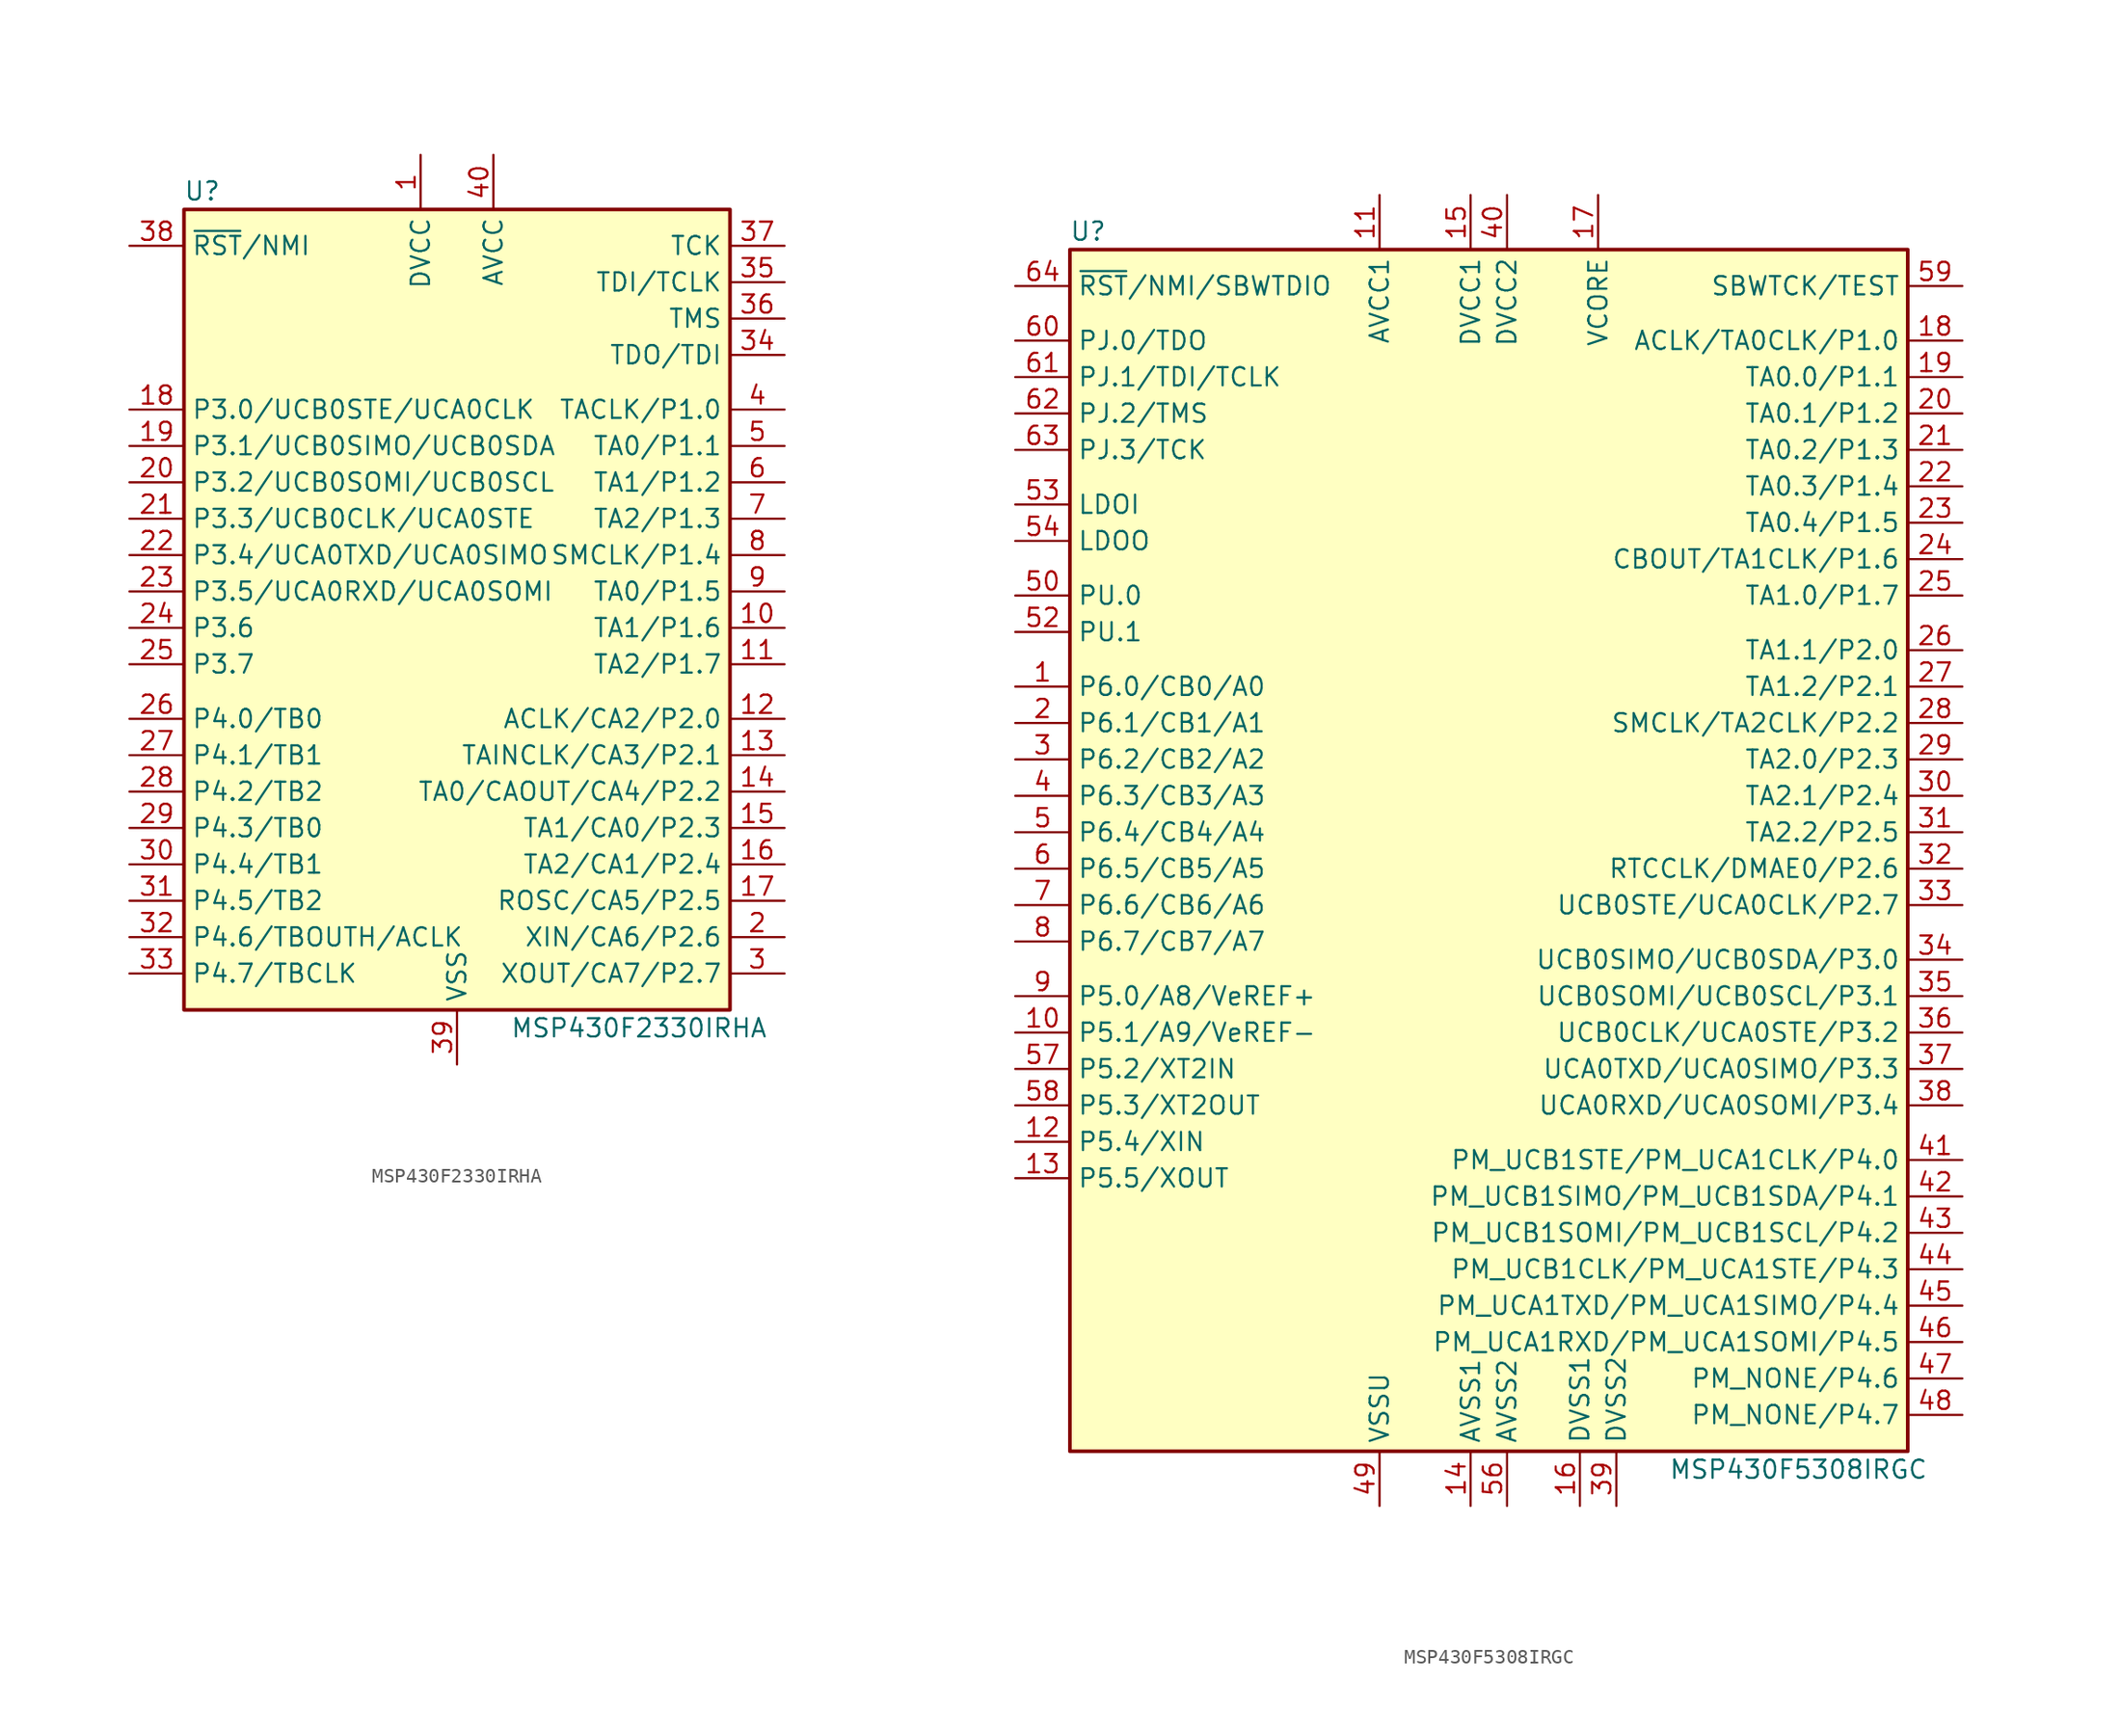
<source format=kicad_sym>
(kicad_symbol_lib
  (version 20241209)
  (generator "kicad_symbol_editor")
  (generator_version "9.0")
  (symbol "MSP430F2330IRHA"
    (property "Reference" "U"
      (at -17.78 29.21 0)
      (effects (font (size 1.27 1.27))))
    (property "Value" "MSP430F2330IRHA"
      (at 12.7 -29.21 0)
      (effects (font (size 1.27 1.27))))
    (symbol "MSP430F2330IRHA_0_1"
      (rectangle (start -19.05 27.94) (end 19.05 -27.94) (stroke (width 0.254) (type default)) (fill (type background))))
    (symbol "MSP430F2330IRHA_1_1"
      (pin input line (at -22.86 25.4 0) (length 3.81) (name "~{RST}/NMI" (effects (font (size 1.27 1.27)))) (number "38" (effects (font (size 1.27 1.27)))))
      (pin bidirectional line (at -22.86 13.97 0) (length 3.81) (name "P3.0/UCB0STE/UCA0CLK" (effects (font (size 1.27 1.27)))) (number "18" (effects (font (size 1.27 1.27)))))
      (pin bidirectional line (at -22.86 11.43 0) (length 3.81) (name "P3.1/UCB0SIMO/UCB0SDA" (effects (font (size 1.27 1.27)))) (number "19" (effects (font (size 1.27 1.27)))))
      (pin bidirectional line (at -22.86 8.89 0) (length 3.81) (name "P3.2/UCB0SOMI/UCB0SCL" (effects (font (size 1.27 1.27)))) (number "20" (effects (font (size 1.27 1.27)))))
      (pin bidirectional line (at -22.86 6.35 0) (length 3.81) (name "P3.3/UCB0CLK/UCA0STE" (effects (font (size 1.27 1.27)))) (number "21" (effects (font (size 1.27 1.27)))))
      (pin bidirectional line (at -22.86 3.81 0) (length 3.81) (name "P3.4/UCA0TXD/UCA0SIMO" (effects (font (size 1.27 1.27)))) (number "22" (effects (font (size 1.27 1.27)))))
      (pin bidirectional line (at -22.86 1.27 0) (length 3.81) (name "P3.5/UCA0RXD/UCA0SOMI" (effects (font (size 1.27 1.27)))) (number "23" (effects (font (size 1.27 1.27)))))
      (pin bidirectional line (at -22.86 -1.27 0) (length 3.81) (name "P3.6" (effects (font (size 1.27 1.27)))) (number "24" (effects (font (size 1.27 1.27)))))
      (pin bidirectional line (at -22.86 -3.81 0) (length 3.81) (name "P3.7" (effects (font (size 1.27 1.27)))) (number "25" (effects (font (size 1.27 1.27)))))
      (pin bidirectional line (at -22.86 -7.62 0) (length 3.81) (name "P4.0/TB0" (effects (font (size 1.27 1.27)))) (number "26" (effects (font (size 1.27 1.27)))))
      (pin bidirectional line (at -22.86 -10.16 0) (length 3.81) (name "P4.1/TB1" (effects (font (size 1.27 1.27)))) (number "27" (effects (font (size 1.27 1.27)))))
      (pin bidirectional line (at -22.86 -12.7 0) (length 3.81) (name "P4.2/TB2" (effects (font (size 1.27 1.27)))) (number "28" (effects (font (size 1.27 1.27)))))
      (pin bidirectional line (at -22.86 -15.24 0) (length 3.81) (name "P4.3/TB0" (effects (font (size 1.27 1.27)))) (number "29" (effects (font (size 1.27 1.27)))))
      (pin bidirectional line (at -22.86 -17.78 0) (length 3.81) (name "P4.4/TB1" (effects (font (size 1.27 1.27)))) (number "30" (effects (font (size 1.27 1.27)))))
      (pin bidirectional line (at -22.86 -20.32 0) (length 3.81) (name "P4.5/TB2" (effects (font (size 1.27 1.27)))) (number "31" (effects (font (size 1.27 1.27)))))
      (pin bidirectional line (at -22.86 -22.86 0) (length 3.81) (name "P4.6/TBOUTH/ACLK" (effects (font (size 1.27 1.27)))) (number "32" (effects (font (size 1.27 1.27)))))
      (pin bidirectional line (at -22.86 -25.4 0) (length 3.81) (name "P4.7/TBCLK" (effects (font (size 1.27 1.27)))) (number "33" (effects (font (size 1.27 1.27)))))
      (pin power_in line (at -2.54 31.75 270) (length 3.81) (name "DVCC" (effects (font (size 1.27 1.27)))) (number "1" (effects (font (size 1.27 1.27)))))
      (pin power_in line (at 0 -31.75 90) (length 3.81) (name "VSS" (effects (font (size 1.27 1.27)))) (number "39" (effects (font (size 1.27 1.27)))))
      (pin power_in line (at 2.54 31.75 270) (length 3.81) (name "AVCC" (effects (font (size 1.27 1.27)))) (number "40" (effects (font (size 1.27 1.27)))))
      (pin input line (at 22.86 25.4 180) (length 3.81) (name "TCK" (effects (font (size 1.27 1.27)))) (number "37" (effects (font (size 1.27 1.27)))))
      (pin input line (at 22.86 22.86 180) (length 3.81) (name "TDI/TCLK" (effects (font (size 1.27 1.27)))) (number "35" (effects (font (size 1.27 1.27)))))
      (pin input line (at 22.86 20.32 180) (length 3.81) (name "TMS" (effects (font (size 1.27 1.27)))) (number "36" (effects (font (size 1.27 1.27)))))
      (pin bidirectional line (at 22.86 17.78 180) (length 3.81) (name "TDO/TDI" (effects (font (size 1.27 1.27)))) (number "34" (effects (font (size 1.27 1.27)))))
      (pin bidirectional line (at 22.86 13.97 180) (length 3.81) (name "TACLK/P1.0" (effects (font (size 1.27 1.27)))) (number "4" (effects (font (size 1.27 1.27)))))
      (pin bidirectional line (at 22.86 11.43 180) (length 3.81) (name "TA0/P1.1" (effects (font (size 1.27 1.27)))) (number "5" (effects (font (size 1.27 1.27)))))
      (pin bidirectional line (at 22.86 8.89 180) (length 3.81) (name "TA1/P1.2" (effects (font (size 1.27 1.27)))) (number "6" (effects (font (size 1.27 1.27)))))
      (pin bidirectional line (at 22.86 6.35 180) (length 3.81) (name "TA2/P1.3" (effects (font (size 1.27 1.27)))) (number "7" (effects (font (size 1.27 1.27)))))
      (pin bidirectional line (at 22.86 3.81 180) (length 3.81) (name "SMCLK/P1.4" (effects (font (size 1.27 1.27)))) (number "8" (effects (font (size 1.27 1.27)))))
      (pin bidirectional line (at 22.86 1.27 180) (length 3.81) (name "TA0/P1.5" (effects (font (size 1.27 1.27)))) (number "9" (effects (font (size 1.27 1.27)))))
      (pin bidirectional line (at 22.86 -1.27 180) (length 3.81) (name "TA1/P1.6" (effects (font (size 1.27 1.27)))) (number "10" (effects (font (size 1.27 1.27)))))
      (pin bidirectional line (at 22.86 -3.81 180) (length 3.81) (name "TA2/P1.7" (effects (font (size 1.27 1.27)))) (number "11" (effects (font (size 1.27 1.27)))))
      (pin bidirectional line (at 22.86 -7.62 180) (length 3.81) (name "ACLK/CA2/P2.0" (effects (font (size 1.27 1.27)))) (number "12" (effects (font (size 1.27 1.27)))))
      (pin bidirectional line (at 22.86 -10.16 180) (length 3.81) (name "TAINCLK/CA3/P2.1" (effects (font (size 1.27 1.27)))) (number "13" (effects (font (size 1.27 1.27)))))
      (pin bidirectional line (at 22.86 -12.7 180) (length 3.81) (name "TA0/CAOUT/CA4/P2.2" (effects (font (size 1.27 1.27)))) (number "14" (effects (font (size 1.27 1.27)))))
      (pin bidirectional line (at 22.86 -15.24 180) (length 3.81) (name "TA1/CA0/P2.3" (effects (font (size 1.27 1.27)))) (number "15" (effects (font (size 1.27 1.27)))))
      (pin bidirectional line (at 22.86 -17.78 180) (length 3.81) (name "TA2/CA1/P2.4" (effects (font (size 1.27 1.27)))) (number "16" (effects (font (size 1.27 1.27)))))
      (pin bidirectional line (at 22.86 -20.32 180) (length 3.81) (name "ROSC/CA5/P2.5" (effects (font (size 1.27 1.27)))) (number "17" (effects (font (size 1.27 1.27)))))
      (pin bidirectional line (at 22.86 -22.86 180) (length 3.81) (name "XIN/CA6/P2.6" (effects (font (size 1.27 1.27)))) (number "2" (effects (font (size 1.27 1.27)))))
      (pin bidirectional line (at 22.86 -25.4 180) (length 3.81) (name "XOUT/CA7/P2.7" (effects (font (size 1.27 1.27)))) (number "3" (effects (font (size 1.27 1.27)))))))
  (symbol "MSP430F5308IRGC"
    (property "Reference" "U"
      (at -27.94 43.18 0)
      (effects (font (size 1.27 1.27))))
    (property "Value" "MSP430F5308IRGC"
      (at 21.59 -43.18 0)
      (effects (font (size 1.27 1.27))))
    (symbol "MSP430F5308IRGC_0_1"
      (rectangle (start -29.21 41.91) (end 29.21 -41.91) (stroke (width 0.254) (type default)) (fill (type background))))
    (symbol "MSP430F5308IRGC_1_1"
      (pin input line (at -33.02 39.37 0) (length 3.81) (name "~{RST}/NMI/SBWTDIO" (effects (font (size 1.27 1.27)))) (number "64" (effects (font (size 1.27 1.27)))))
      (pin bidirectional line (at -33.02 35.56 0) (length 3.81) (name "PJ.0/TDO" (effects (font (size 1.27 1.27)))) (number "60" (effects (font (size 1.27 1.27)))))
      (pin bidirectional line (at -33.02 33.02 0) (length 3.81) (name "PJ.1/TDI/TCLK" (effects (font (size 1.27 1.27)))) (number "61" (effects (font (size 1.27 1.27)))))
      (pin bidirectional line (at -33.02 30.48 0) (length 3.81) (name "PJ.2/TMS" (effects (font (size 1.27 1.27)))) (number "62" (effects (font (size 1.27 1.27)))))
      (pin bidirectional line (at -33.02 27.94 0) (length 3.81) (name "PJ.3/TCK" (effects (font (size 1.27 1.27)))) (number "63" (effects (font (size 1.27 1.27)))))
      (pin power_in line (at -33.02 24.13 0) (length 3.81) (name "LDOI" (effects (font (size 1.27 1.27)))) (number "53" (effects (font (size 1.27 1.27)))))
      (pin power_out line (at -33.02 21.59 0) (length 3.81) (name "LDOO" (effects (font (size 1.27 1.27)))) (number "54" (effects (font (size 1.27 1.27)))))
      (pin bidirectional line (at -33.02 17.78 0) (length 3.81) (name "PU.0" (effects (font (size 1.27 1.27)))) (number "50" (effects (font (size 1.27 1.27)))))
      (pin bidirectional line (at -33.02 15.24 0) (length 3.81) (name "PU.1" (effects (font (size 1.27 1.27)))) (number "52" (effects (font (size 1.27 1.27)))))
      (pin bidirectional line (at -33.02 11.43 0) (length 3.81) (name "P6.0/CB0/A0" (effects (font (size 1.27 1.27)))) (number "1" (effects (font (size 1.27 1.27)))))
      (pin bidirectional line (at -33.02 8.89 0) (length 3.81) (name "P6.1/CB1/A1" (effects (font (size 1.27 1.27)))) (number "2" (effects (font (size 1.27 1.27)))))
      (pin bidirectional line (at -33.02 6.35 0) (length 3.81) (name "P6.2/CB2/A2" (effects (font (size 1.27 1.27)))) (number "3" (effects (font (size 1.27 1.27)))))
      (pin bidirectional line (at -33.02 3.81 0) (length 3.81) (name "P6.3/CB3/A3" (effects (font (size 1.27 1.27)))) (number "4" (effects (font (size 1.27 1.27)))))
      (pin bidirectional line (at -33.02 1.27 0) (length 3.81) (name "P6.4/CB4/A4" (effects (font (size 1.27 1.27)))) (number "5" (effects (font (size 1.27 1.27)))))
      (pin bidirectional line (at -33.02 -1.27 0) (length 3.81) (name "P6.5/CB5/A5" (effects (font (size 1.27 1.27)))) (number "6" (effects (font (size 1.27 1.27)))))
      (pin bidirectional line (at -33.02 -3.81 0) (length 3.81) (name "P6.6/CB6/A6" (effects (font (size 1.27 1.27)))) (number "7" (effects (font (size 1.27 1.27)))))
      (pin bidirectional line (at -33.02 -6.35 0) (length 3.81) (name "P6.7/CB7/A7" (effects (font (size 1.27 1.27)))) (number "8" (effects (font (size 1.27 1.27)))))
      (pin bidirectional line (at -33.02 -10.16 0) (length 3.81) (name "P5.0/A8/VeREF+" (effects (font (size 1.27 1.27)))) (number "9" (effects (font (size 1.27 1.27)))))
      (pin bidirectional line (at -33.02 -12.7 0) (length 3.81) (name "P5.1/A9/VeREF-" (effects (font (size 1.27 1.27)))) (number "10" (effects (font (size 1.27 1.27)))))
      (pin bidirectional line (at -33.02 -15.24 0) (length 3.81) (name "P5.2/XT2IN" (effects (font (size 1.27 1.27)))) (number "57" (effects (font (size 1.27 1.27)))))
      (pin bidirectional line (at -33.02 -17.78 0) (length 3.81) (name "P5.3/XT2OUT" (effects (font (size 1.27 1.27)))) (number "58" (effects (font (size 1.27 1.27)))))
      (pin bidirectional line (at -33.02 -20.32 0) (length 3.81) (name "P5.4/XIN" (effects (font (size 1.27 1.27)))) (number "12" (effects (font (size 1.27 1.27)))))
      (pin bidirectional line (at -33.02 -22.86 0) (length 3.81) (name "P5.5/XOUT" (effects (font (size 1.27 1.27)))) (number "13" (effects (font (size 1.27 1.27)))))
      (pin power_in line (at -7.62 45.72 270) (length 3.81) (name "AVCC1" (effects (font (size 1.27 1.27)))) (number "11" (effects (font (size 1.27 1.27)))))
      (pin power_in line (at -7.62 -45.72 90) (length 3.81) (name "VSSU" (effects (font (size 1.27 1.27)))) (number "49" (effects (font (size 1.27 1.27)))))
      (pin power_in line (at -1.27 45.72 270) (length 3.81) (name "DVCC1" (effects (font (size 1.27 1.27)))) (number "15" (effects (font (size 1.27 1.27)))))
      (pin power_in line (at -1.27 -45.72 90) (length 3.81) (name "AVSS1" (effects (font (size 1.27 1.27)))) (number "14" (effects (font (size 1.27 1.27)))))
      (pin power_in line (at 1.27 45.72 270) (length 3.81) (name "DVCC2" (effects (font (size 1.27 1.27)))) (number "40" (effects (font (size 1.27 1.27)))))
      (pin power_in line (at 1.27 -45.72 90) (length 3.81) (name "AVSS2" (effects (font (size 1.27 1.27)))) (number "56" (effects (font (size 1.27 1.27)))))
      (pin power_in line (at 6.35 -45.72 90) (length 3.81) (name "DVSS1" (effects (font (size 1.27 1.27)))) (number "16" (effects (font (size 1.27 1.27)))))
      (pin bidirectional line (at 7.62 45.72 270) (length 3.81) (name "VCORE" (effects (font (size 1.27 1.27)))) (number "17" (effects (font (size 1.27 1.27)))))
      (pin power_in line (at 8.89 -45.72 90) (length 3.81) (name "DVSS2" (effects (font (size 1.27 1.27)))) (number "39" (effects (font (size 1.27 1.27)))))
      (pin input line (at 33.02 39.37 180) (length 3.81) (name "SBWTCK/TEST" (effects (font (size 1.27 1.27)))) (number "59" (effects (font (size 1.27 1.27)))))
      (pin bidirectional line (at 33.02 35.56 180) (length 3.81) (name "ACLK/TA0CLK/P1.0" (effects (font (size 1.27 1.27)))) (number "18" (effects (font (size 1.27 1.27)))))
      (pin bidirectional line (at 33.02 33.02 180) (length 3.81) (name "TA0.0/P1.1" (effects (font (size 1.27 1.27)))) (number "19" (effects (font (size 1.27 1.27)))))
      (pin bidirectional line (at 33.02 30.48 180) (length 3.81) (name "TA0.1/P1.2" (effects (font (size 1.27 1.27)))) (number "20" (effects (font (size 1.27 1.27)))))
      (pin bidirectional line (at 33.02 27.94 180) (length 3.81) (name "TA0.2/P1.3" (effects (font (size 1.27 1.27)))) (number "21" (effects (font (size 1.27 1.27)))))
      (pin bidirectional line (at 33.02 25.4 180) (length 3.81) (name "TA0.3/P1.4" (effects (font (size 1.27 1.27)))) (number "22" (effects (font (size 1.27 1.27)))))
      (pin bidirectional line (at 33.02 22.86 180) (length 3.81) (name "TA0.4/P1.5" (effects (font (size 1.27 1.27)))) (number "23" (effects (font (size 1.27 1.27)))))
      (pin bidirectional line (at 33.02 20.32 180) (length 3.81) (name "CBOUT/TA1CLK/P1.6" (effects (font (size 1.27 1.27)))) (number "24" (effects (font (size 1.27 1.27)))))
      (pin bidirectional line (at 33.02 17.78 180) (length 3.81) (name "TA1.0/P1.7" (effects (font (size 1.27 1.27)))) (number "25" (effects (font (size 1.27 1.27)))))
      (pin bidirectional line (at 33.02 13.97 180) (length 3.81) (name "TA1.1/P2.0" (effects (font (size 1.27 1.27)))) (number "26" (effects (font (size 1.27 1.27)))))
      (pin bidirectional line (at 33.02 11.43 180) (length 3.81) (name "TA1.2/P2.1" (effects (font (size 1.27 1.27)))) (number "27" (effects (font (size 1.27 1.27)))))
      (pin bidirectional line (at 33.02 8.89 180) (length 3.81) (name "SMCLK/TA2CLK/P2.2" (effects (font (size 1.27 1.27)))) (number "28" (effects (font (size 1.27 1.27)))))
      (pin bidirectional line (at 33.02 6.35 180) (length 3.81) (name "TA2.0/P2.3" (effects (font (size 1.27 1.27)))) (number "29" (effects (font (size 1.27 1.27)))))
      (pin bidirectional line (at 33.02 3.81 180) (length 3.81) (name "TA2.1/P2.4" (effects (font (size 1.27 1.27)))) (number "30" (effects (font (size 1.27 1.27)))))
      (pin bidirectional line (at 33.02 1.27 180) (length 3.81) (name "TA2.2/P2.5" (effects (font (size 1.27 1.27)))) (number "31" (effects (font (size 1.27 1.27)))))
      (pin bidirectional line (at 33.02 -1.27 180) (length 3.81) (name "RTCCLK/DMAE0/P2.6" (effects (font (size 1.27 1.27)))) (number "32" (effects (font (size 1.27 1.27)))))
      (pin bidirectional line (at 33.02 -3.81 180) (length 3.81) (name "UCB0STE/UCA0CLK/P2.7" (effects (font (size 1.27 1.27)))) (number "33" (effects (font (size 1.27 1.27)))))
      (pin bidirectional line (at 33.02 -7.62 180) (length 3.81) (name "UCB0SIMO/UCB0SDA/P3.0" (effects (font (size 1.27 1.27)))) (number "34" (effects (font (size 1.27 1.27)))))
      (pin bidirectional line (at 33.02 -10.16 180) (length 3.81) (name "UCB0SOMI/UCB0SCL/P3.1" (effects (font (size 1.27 1.27)))) (number "35" (effects (font (size 1.27 1.27)))))
      (pin bidirectional line (at 33.02 -12.7 180) (length 3.81) (name "UCB0CLK/UCA0STE/P3.2" (effects (font (size 1.27 1.27)))) (number "36" (effects (font (size 1.27 1.27)))))
      (pin bidirectional line (at 33.02 -15.24 180) (length 3.81) (name "UCA0TXD/UCA0SIMO/P3.3" (effects (font (size 1.27 1.27)))) (number "37" (effects (font (size 1.27 1.27)))))
      (pin bidirectional line (at 33.02 -17.78 180) (length 3.81) (name "UCA0RXD/UCA0SOMI/P3.4" (effects (font (size 1.27 1.27)))) (number "38" (effects (font (size 1.27 1.27)))))
      (pin bidirectional line (at 33.02 -21.59 180) (length 3.81) (name "PM_UCB1STE/PM_UCA1CLK/P4.0" (effects (font (size 1.27 1.27)))) (number "41" (effects (font (size 1.27 1.27)))))
      (pin bidirectional line (at 33.02 -24.13 180) (length 3.81) (name "PM_UCB1SIMO/PM_UCB1SDA/P4.1" (effects (font (size 1.27 1.27)))) (number "42" (effects (font (size 1.27 1.27)))))
      (pin bidirectional line (at 33.02 -26.67 180) (length 3.81) (name "PM_UCB1SOMI/PM_UCB1SCL/P4.2" (effects (font (size 1.27 1.27)))) (number "43" (effects (font (size 1.27 1.27)))))
      (pin bidirectional line (at 33.02 -29.21 180) (length 3.81) (name "PM_UCB1CLK/PM_UCA1STE/P4.3" (effects (font (size 1.27 1.27)))) (number "44" (effects (font (size 1.27 1.27)))))
      (pin bidirectional line (at 33.02 -31.75 180) (length 3.81) (name "PM_UCA1TXD/PM_UCA1SIMO/P4.4" (effects (font (size 1.27 1.27)))) (number "45" (effects (font (size 1.27 1.27)))))
      (pin bidirectional line (at 33.02 -34.29 180) (length 3.81) (name "PM_UCA1RXD/PM_UCA1SOMI/P4.5" (effects (font (size 1.27 1.27)))) (number "46" (effects (font (size 1.27 1.27)))))
      (pin bidirectional line (at 33.02 -36.83 180) (length 3.81) (name "PM_NONE/P4.6" (effects (font (size 1.27 1.27)))) (number "47" (effects (font (size 1.27 1.27)))))
      (pin bidirectional line (at 33.02 -39.37 180) (length 3.81) (name "PM_NONE/P4.7" (effects (font (size 1.27 1.27)))) (number "48" (effects (font (size 1.27 1.27))))))))
</source>
